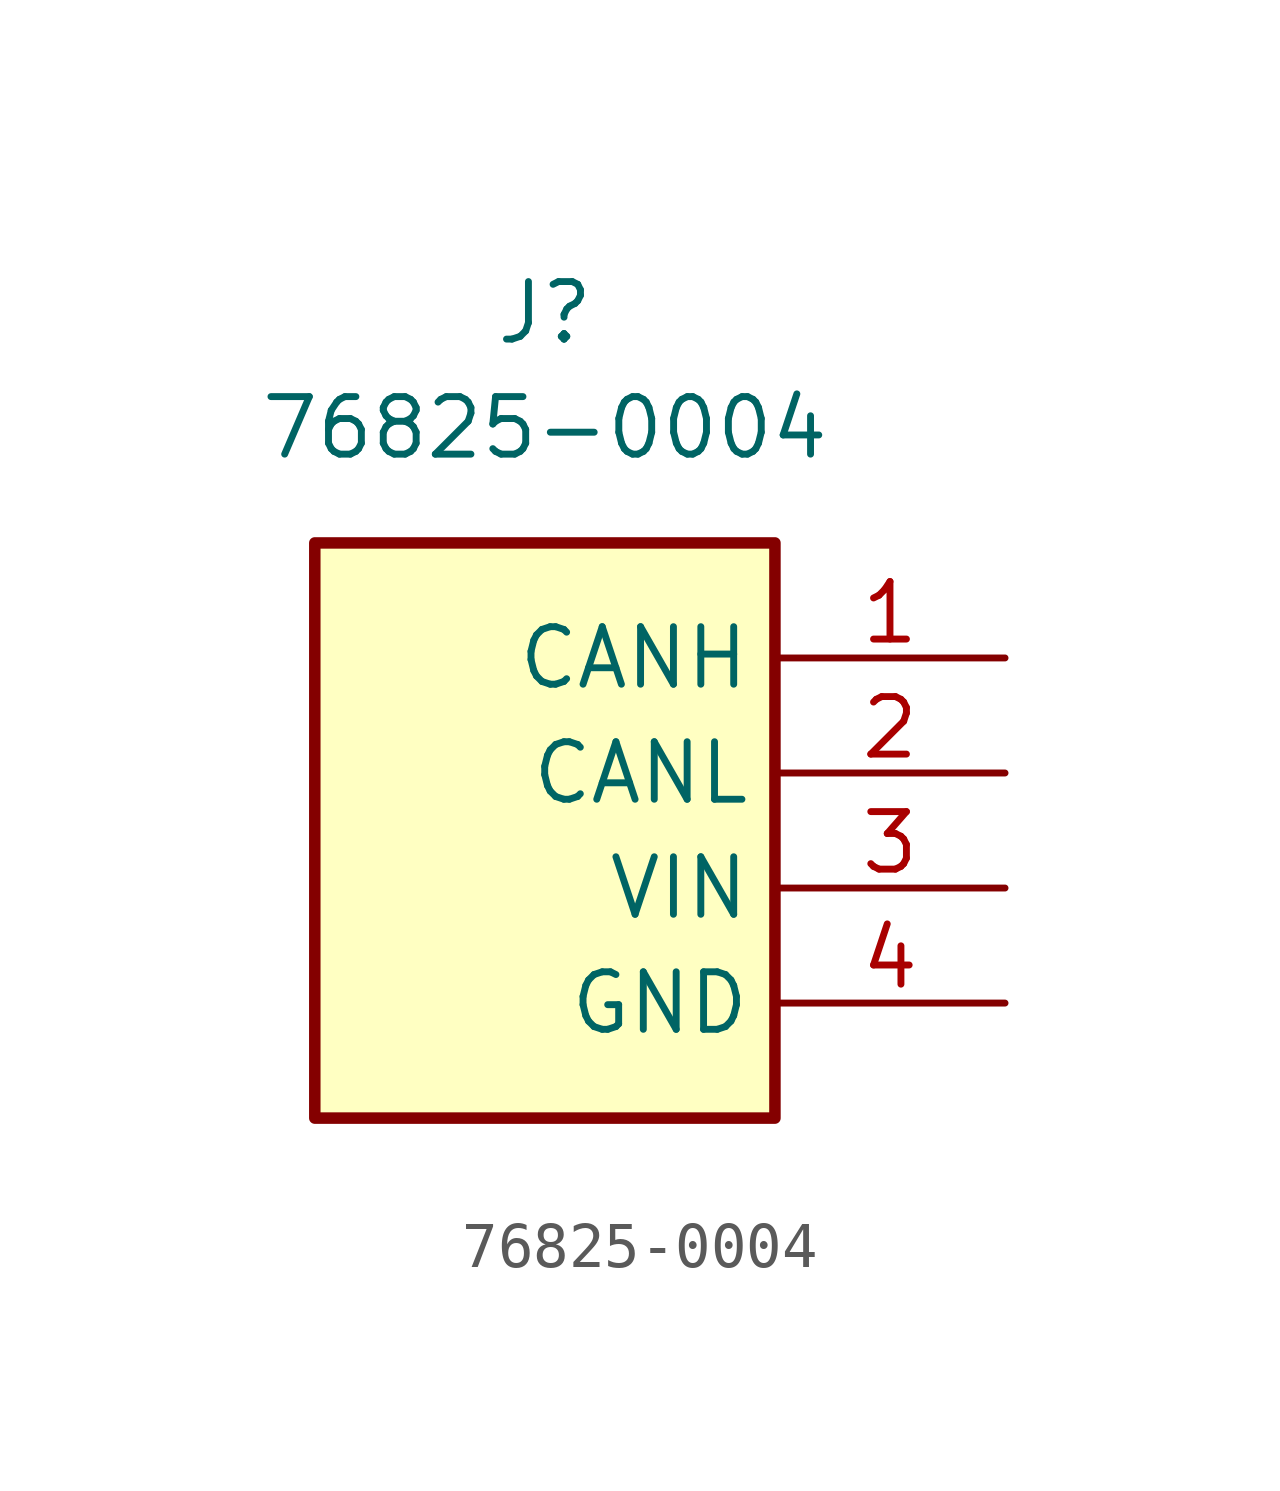
<source format=kicad_sym>
(kicad_symbol_lib
  (version 20231120)
  (generator "kicad_symbol_editor")
  (generator_version "8.0")
  (symbol "76825-0004"
    (property "Reference" "J"
      (at 0 5.08 0)
      (effects (font (size 1.27 1.27))))
    (property "Value" "76825-0004"
      (at 0 2.54 0)
      (effects (font (size 1.27 1.27))))
    (symbol "76825-0004_1_1"
      (rectangle (start -5.08 0) (end 5.08 -12.7) (stroke (width 0.254) (type default)) (fill (type background)))
      (pin passive line (at 10.16 -2.54 180) (length 5.08) (name "CANH" (effects (font (size 1.27 1.27)))) (number "1" (effects (font (size 1.27 1.27)))))
      (pin passive line (at 10.16 -5.08 180) (length 5.08) (name "CANL" (effects (font (size 1.27 1.27)))) (number "2" (effects (font (size 1.27 1.27)))))
      (pin passive line (at 10.16 -7.62 180) (length 5.08) (name "VIN" (effects (font (size 1.27 1.27)))) (number "3" (effects (font (size 1.27 1.27)))))
      (pin passive line (at 10.16 -10.16 180) (length 5.08) (name "GND" (effects (font (size 1.27 1.27)))) (number "4" (effects (font (size 1.27 1.27))))))))
</source>
